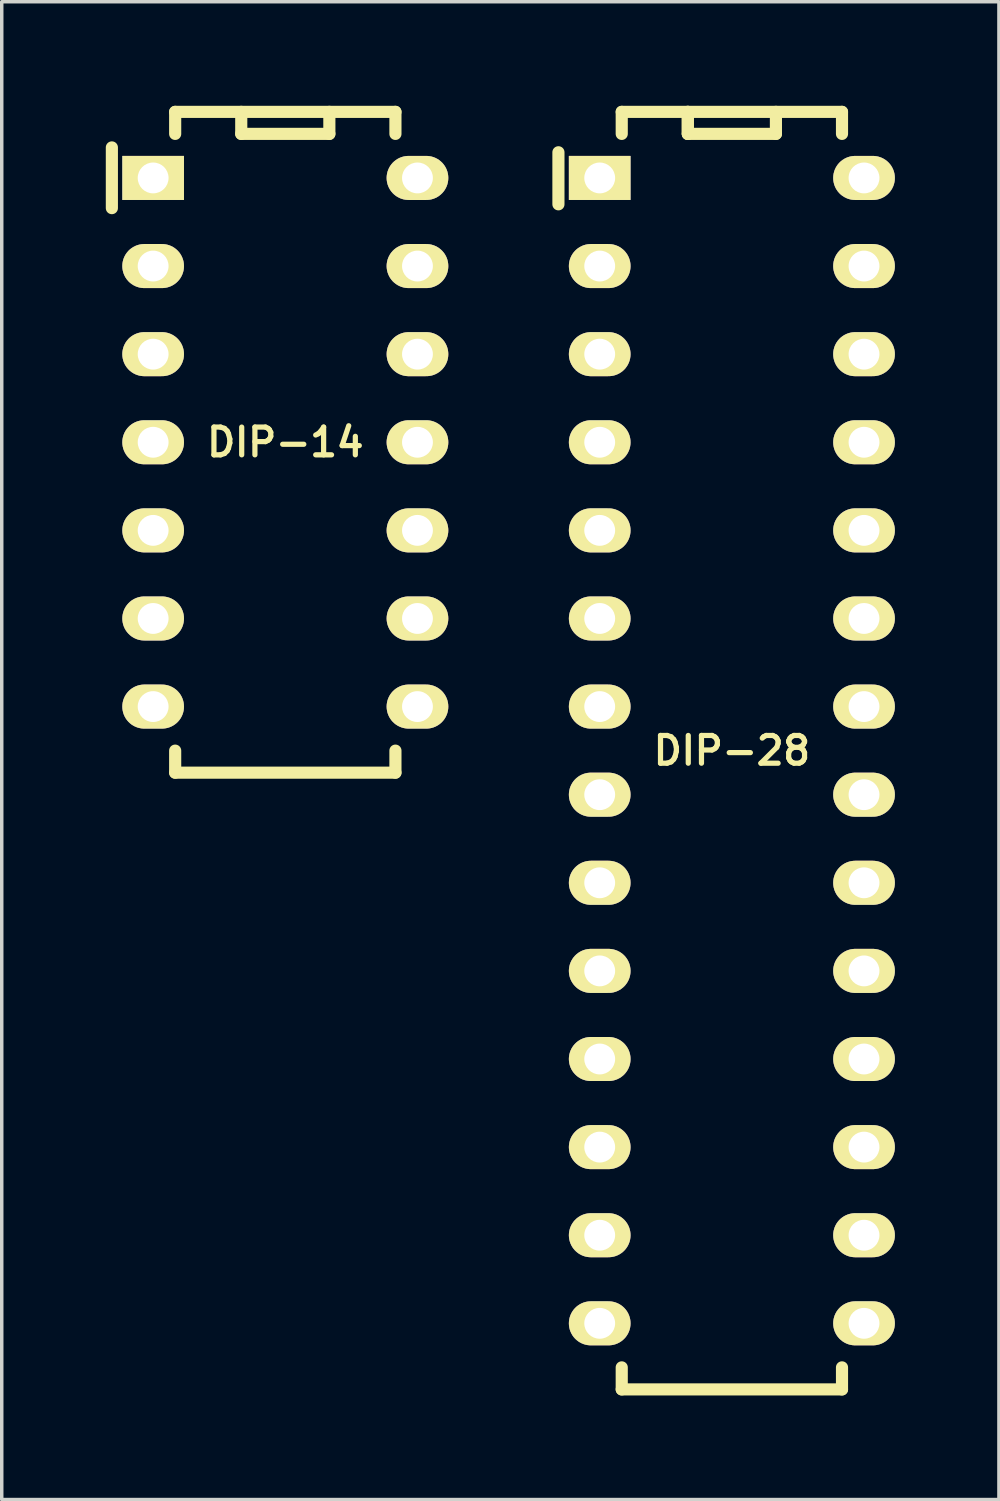
<source format=kicad_pcb>
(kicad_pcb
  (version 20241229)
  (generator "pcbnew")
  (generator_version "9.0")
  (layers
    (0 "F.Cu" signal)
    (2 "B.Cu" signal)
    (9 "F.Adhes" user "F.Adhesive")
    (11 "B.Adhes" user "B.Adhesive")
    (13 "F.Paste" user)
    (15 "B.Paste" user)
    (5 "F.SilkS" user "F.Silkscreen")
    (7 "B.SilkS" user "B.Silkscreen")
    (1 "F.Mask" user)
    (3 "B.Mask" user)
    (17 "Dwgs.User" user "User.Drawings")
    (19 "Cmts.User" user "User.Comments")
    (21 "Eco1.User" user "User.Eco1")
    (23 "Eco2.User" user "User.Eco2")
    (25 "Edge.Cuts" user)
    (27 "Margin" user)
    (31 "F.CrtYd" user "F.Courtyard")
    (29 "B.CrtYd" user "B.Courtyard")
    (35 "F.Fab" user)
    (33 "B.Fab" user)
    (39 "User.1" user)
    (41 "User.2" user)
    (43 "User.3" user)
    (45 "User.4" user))
  (footprint "DIP-14"
    (layer "F.Cu")
    (at 5.175 9.7)
    (property "Reference" "DIP-14" (at 0 0 0) (layer "F.SilkS") (effects (font (size 0.8 0.8) (thickness 0.15))))
    (attr through_hole)
    (fp_line (start -5 -8.5) (end -5 -6.75) (stroke (width 0.35) (type solid)) (layer "F.SilkS"))
    (fp_line (start -3.175 -9.525) (end 3.175 -9.525) (stroke (width 0.35) (type solid)) (layer "F.SilkS"))
    (fp_line (start -3.175 -8.89) (end -3.175 -9.525) (stroke (width 0.35) (type solid)) (layer "F.SilkS"))
    (fp_line (start -3.175 8.89) (end -3.175 9.525) (stroke (width 0.35) (type solid)) (layer "F.SilkS"))
    (fp_line (start -3.175 9.525) (end 3.175 9.525) (stroke (width 0.35) (type solid)) (layer "F.SilkS"))
    (fp_line (start -1.27 -9.525) (end -1.27 -8.89) (stroke (width 0.35) (type solid)) (layer "F.SilkS"))
    (fp_line (start -1.27 -8.89) (end 1.27 -8.89) (stroke (width 0.35) (type solid)) (layer "F.SilkS"))
    (fp_line (start 1.27 -8.89) (end 1.27 -9.525) (stroke (width 0.35) (type solid)) (layer "F.SilkS"))
    (fp_line (start 3.175 -9.525) (end 3.175 -8.89) (stroke (width 0.35) (type solid)) (layer "F.SilkS"))
    (fp_line (start 3.175 9.525) (end 3.175 8.89) (stroke (width 0.35) (type solid)) (layer "F.SilkS"))
    (pad "1" thru_hole rect (at -3.81 -7.62) (size 1.778 1.27) (drill 0.889) (layers "*.Cu" "*.Mask" "F.SilkS"))
    (pad "2" thru_hole oval (at -3.81 -5.08) (size 1.778 1.27) (drill 0.889) (layers "*.Cu" "*.Mask" "F.SilkS"))
    (pad "3" thru_hole oval (at -3.81 -2.54) (size 1.778 1.27) (drill 0.889) (layers "*.Cu" "*.Mask" "F.SilkS"))
    (pad "4" thru_hole oval (at -3.81 0) (size 1.778 1.27) (drill 0.889) (layers "*.Cu" "*.Mask" "F.SilkS"))
    (pad "5" thru_hole oval (at -3.81 2.54) (size 1.778 1.27) (drill 0.889) (layers "*.Cu" "*.Mask" "F.SilkS"))
    (pad "6" thru_hole oval (at -3.81 5.08) (size 1.778 1.27) (drill 0.889) (layers "*.Cu" "*.Mask" "F.SilkS"))
    (pad "7" thru_hole oval (at -3.81 7.62) (size 1.778 1.27) (drill 0.889) (layers "*.Cu" "*.Mask" "F.SilkS"))
    (pad "8" thru_hole oval (at 3.81 7.62) (size 1.778 1.27) (drill 0.889) (layers "*.Cu" "*.Mask" "F.SilkS"))
    (pad "9" thru_hole oval (at 3.81 5.08) (size 1.778 1.27) (drill 0.889) (layers "*.Cu" "*.Mask" "F.SilkS"))
    (pad "10" thru_hole oval (at 3.81 2.54) (size 1.778 1.27) (drill 0.889) (layers "*.Cu" "*.Mask" "F.SilkS"))
    (pad "11" thru_hole oval (at 3.81 0) (size 1.778 1.27) (drill 0.889) (layers "*.Cu" "*.Mask" "F.SilkS"))
    (pad "12" thru_hole oval (at 3.81 -2.54) (size 1.778 1.27) (drill 0.889) (layers "*.Cu" "*.Mask" "F.SilkS"))
    (pad "13" thru_hole oval (at 3.81 -5.08) (size 1.778 1.27) (drill 0.889) (layers "*.Cu" "*.Mask" "F.SilkS"))
    (pad "14" thru_hole oval (at 3.81 -7.62) (size 1.778 1.27) (drill 0.889) (layers "*.Cu" "*.Mask" "F.SilkS")))
  (footprint "DIP-28"
    (layer "F.Cu")
    (at 18.049 18.59)
    (property "Reference" "DIP-28" (at 0 0 0) (layer "F.SilkS") (effects (font (size 0.8 0.8) (thickness 0.15))))
    (attr through_hole)
    (fp_line (start -5 -17.25) (end -5 -15.75) (stroke (width 0.35) (type solid)) (layer "F.SilkS"))
    (fp_line (start -3.175 -18.415) (end 3.175 -18.415) (stroke (width 0.35) (type solid)) (layer "F.SilkS"))
    (fp_line (start -3.175 -17.78) (end -3.175 -18.415) (stroke (width 0.35) (type solid)) (layer "F.SilkS"))
    (fp_line (start -3.175 17.78) (end -3.175 18.415) (stroke (width 0.35) (type solid)) (layer "F.SilkS"))
    (fp_line (start -3.175 18.415) (end 3.175 18.415) (stroke (width 0.35) (type solid)) (layer "F.SilkS"))
    (fp_line (start -1.27 -18.415) (end -1.27 -17.78) (stroke (width 0.35) (type solid)) (layer "F.SilkS"))
    (fp_line (start -1.27 -17.78) (end -1.27 -18.415) (stroke (width 0.35) (type solid)) (layer "F.SilkS"))
    (fp_line (start -1.27 -17.78) (end 1.27 -17.78) (stroke (width 0.35) (type solid)) (layer "F.SilkS"))
    (fp_line (start 1.27 -17.78) (end 1.27 -18.415) (stroke (width 0.35) (type solid)) (layer "F.SilkS"))
    (fp_line (start 3.175 -18.415) (end 3.175 -17.78) (stroke (width 0.35) (type solid)) (layer "F.SilkS"))
    (fp_line (start 3.175 18.415) (end 3.175 17.78) (stroke (width 0.35) (type solid)) (layer "F.SilkS"))
    (pad "1" thru_hole rect (at -3.81 -16.51) (size 1.778 1.27) (drill 0.889) (layers "*.Cu" "*.Mask" "F.SilkS"))
    (pad "2" thru_hole oval (at -3.81 -13.97) (size 1.778 1.27) (drill 0.889) (layers "*.Cu" "*.Mask" "F.SilkS"))
    (pad "3" thru_hole oval (at -3.81 -11.43) (size 1.778 1.27) (drill 0.889) (layers "*.Cu" "*.Mask" "F.SilkS"))
    (pad "4" thru_hole oval (at -3.81 -8.89) (size 1.778 1.27) (drill 0.889) (layers "*.Cu" "*.Mask" "F.SilkS"))
    (pad "5" thru_hole oval (at -3.81 -6.35) (size 1.778 1.27) (drill 0.889) (layers "*.Cu" "*.Mask" "F.SilkS"))
    (pad "6" thru_hole oval (at -3.81 -3.81) (size 1.778 1.27) (drill 0.889) (layers "*.Cu" "*.Mask" "F.SilkS"))
    (pad "7" thru_hole oval (at -3.81 -1.27) (size 1.778 1.27) (drill 0.889) (layers "*.Cu" "*.Mask" "F.SilkS"))
    (pad "8" thru_hole oval (at -3.81 1.27) (size 1.778 1.27) (drill 0.889) (layers "*.Cu" "*.Mask" "F.SilkS"))
    (pad "9" thru_hole oval (at -3.81 3.81) (size 1.778 1.27) (drill 0.889) (layers "*.Cu" "*.Mask" "F.SilkS"))
    (pad "10" thru_hole oval (at -3.81 6.35) (size 1.778 1.27) (drill 0.889) (layers "*.Cu" "*.Mask" "F.SilkS"))
    (pad "11" thru_hole oval (at -3.81 8.89) (size 1.778 1.27) (drill 0.889) (layers "*.Cu" "*.Mask" "F.SilkS"))
    (pad "12" thru_hole oval (at -3.81 11.43) (size 1.778 1.27) (drill 0.889) (layers "*.Cu" "*.Mask" "F.SilkS"))
    (pad "13" thru_hole oval (at -3.81 13.97) (size 1.778 1.27) (drill 0.889) (layers "*.Cu" "*.Mask" "F.SilkS"))
    (pad "14" thru_hole oval (at -3.81 16.51) (size 1.778 1.27) (drill 0.889) (layers "*.Cu" "*.Mask" "F.SilkS"))
    (pad "15" thru_hole oval (at 3.81 16.51) (size 1.778 1.27) (drill 0.889) (layers "*.Cu" "*.Mask" "F.SilkS"))
    (pad "16" thru_hole oval (at 3.81 13.97) (size 1.778 1.27) (drill 0.889) (layers "*.Cu" "*.Mask" "F.SilkS"))
    (pad "17" thru_hole oval (at 3.81 11.43) (size 1.778 1.27) (drill 0.889) (layers "*.Cu" "*.Mask" "F.SilkS"))
    (pad "18" thru_hole oval (at 3.81 8.89) (size 1.778 1.27) (drill 0.889) (layers "*.Cu" "*.Mask" "F.SilkS"))
    (pad "19" thru_hole oval (at 3.81 6.35) (size 1.778 1.27) (drill 0.889) (layers "*.Cu" "*.Mask" "F.SilkS"))
    (pad "20" thru_hole oval (at 3.81 3.81) (size 1.778 1.27) (drill 0.889) (layers "*.Cu" "*.Mask" "F.SilkS"))
    (pad "21" thru_hole oval (at 3.81 1.27) (size 1.778 1.27) (drill 0.889) (layers "*.Cu" "*.Mask" "F.SilkS"))
    (pad "22" thru_hole oval (at 3.81 -1.27) (size 1.778 1.27) (drill 0.889) (layers "*.Cu" "*.Mask" "F.SilkS"))
    (pad "23" thru_hole oval (at 3.81 -3.81) (size 1.778 1.27) (drill 0.889) (layers "*.Cu" "*.Mask" "F.SilkS"))
    (pad "24" thru_hole oval (at 3.81 -6.35) (size 1.778 1.27) (drill 0.889) (layers "*.Cu" "*.Mask" "F.SilkS"))
    (pad "25" thru_hole oval (at 3.81 -8.89) (size 1.778 1.27) (drill 0.889) (layers "*.Cu" "*.Mask" "F.SilkS"))
    (pad "26" thru_hole oval (at 3.81 -11.43) (size 1.778 1.27) (drill 0.889) (layers "*.Cu" "*.Mask" "F.SilkS"))
    (pad "27" thru_hole oval (at 3.81 -13.97) (size 1.778 1.27) (drill 0.889) (layers "*.Cu" "*.Mask" "F.SilkS"))
    (pad "28" thru_hole oval (at 3.81 -16.51) (size 1.778 1.27) (drill 0.889) (layers "*.Cu" "*.Mask" "F.SilkS")))
  (gr_rect
    (start -3 -3)
    (end 25.748 40.18)
    (stroke (width 0.1) (type default))
    (fill no)
    (layer "Edge.Cuts")))
</source>
